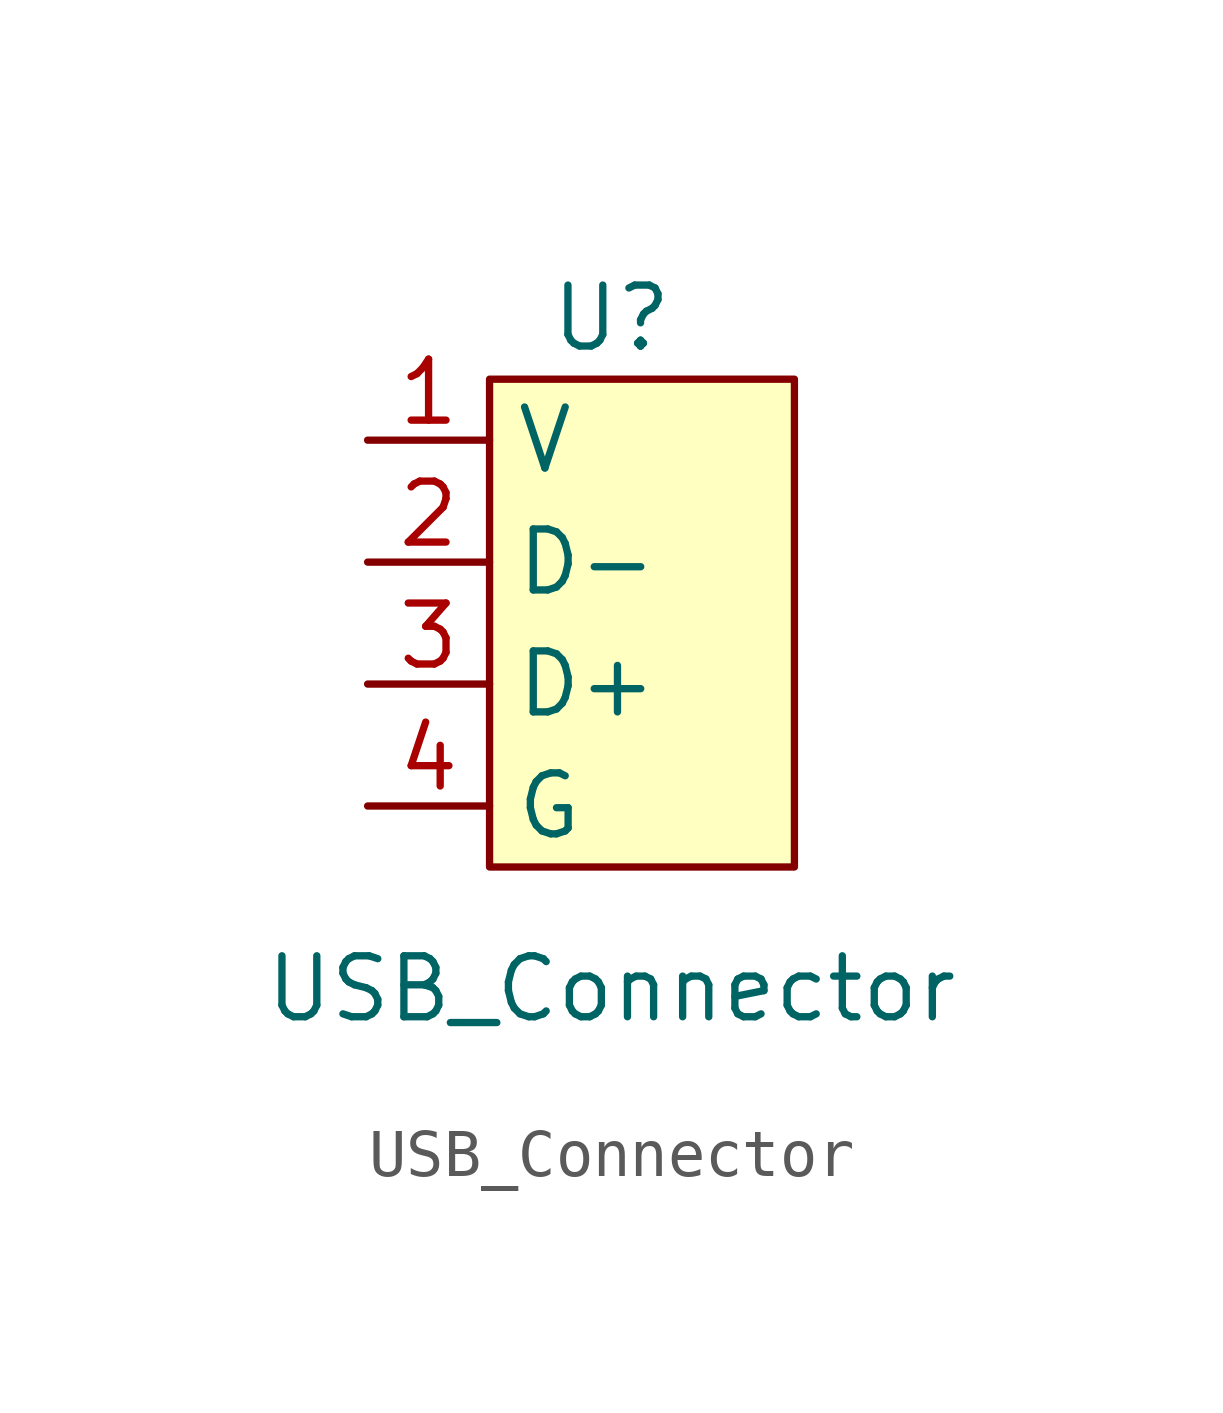
<source format=kicad_sym>
(kicad_symbol_lib
  (version 20220914)
  (generator kicad_symbol_editor)
  (symbol "USB_Connector"
    (property "Reference" "U"
      (at -1.27 5.08 0)
      (effects (font (size 1.27 1.27))))
    (property "Value" "USB_Connector"
      (at -1.27 -8.89 0)
      (effects (font (size 1.27 1.27))))
    (symbol "USB_Connector_1_1"
      (rectangle (start -3.81 3.81) (end 2.54 -6.35) (stroke (width 0) (type default)) (fill (type background)))
      (pin power_out line (at -6.35 2.54 0) (length 2.54) (name "V" (effects (font (size 1.27 1.27)))) (number "1" (effects (font (size 1.27 1.27)))))
      (pin bidirectional line (at -6.35 0 0) (length 2.54) (name "D-" (effects (font (size 1.27 1.27)))) (number "2" (effects (font (size 1.27 1.27)))))
      (pin bidirectional line (at -6.35 -2.54 0) (length 2.54) (name "D+" (effects (font (size 1.27 1.27)))) (number "3" (effects (font (size 1.27 1.27)))))
      (pin power_out line (at -6.35 -5.08 0) (length 2.54) (name "G" (effects (font (size 1.27 1.27)))) (number "4" (effects (font (size 1.27 1.27))))))))
</source>
